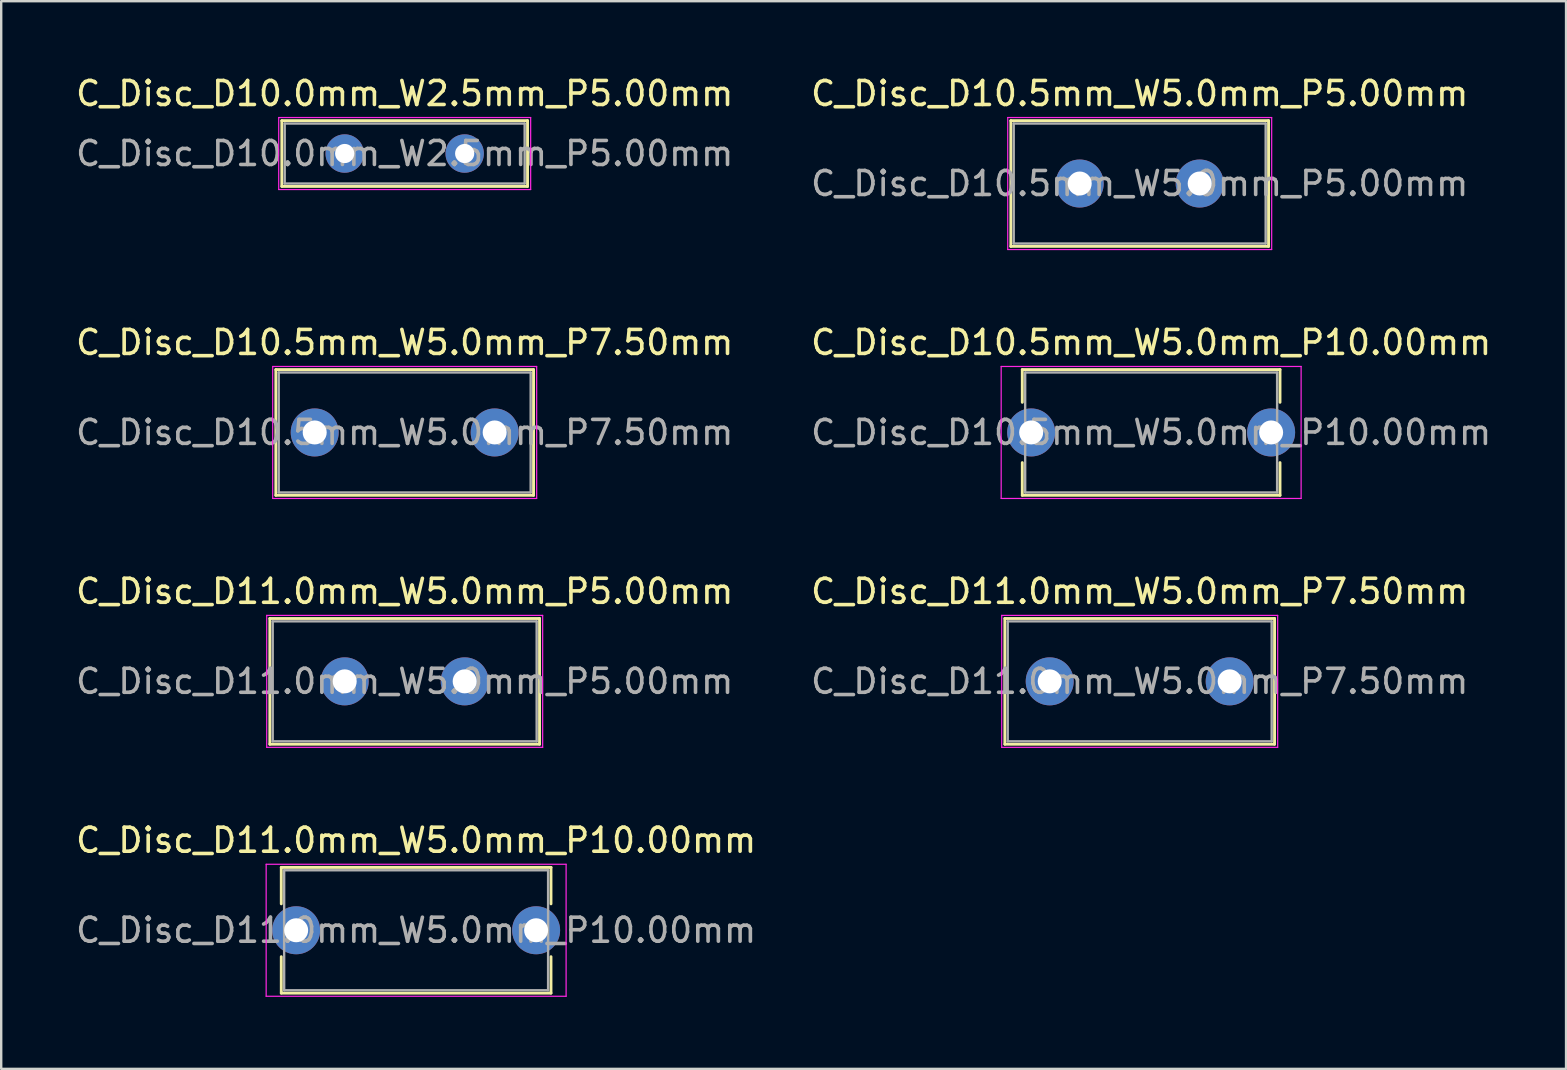
<source format=kicad_pcb>
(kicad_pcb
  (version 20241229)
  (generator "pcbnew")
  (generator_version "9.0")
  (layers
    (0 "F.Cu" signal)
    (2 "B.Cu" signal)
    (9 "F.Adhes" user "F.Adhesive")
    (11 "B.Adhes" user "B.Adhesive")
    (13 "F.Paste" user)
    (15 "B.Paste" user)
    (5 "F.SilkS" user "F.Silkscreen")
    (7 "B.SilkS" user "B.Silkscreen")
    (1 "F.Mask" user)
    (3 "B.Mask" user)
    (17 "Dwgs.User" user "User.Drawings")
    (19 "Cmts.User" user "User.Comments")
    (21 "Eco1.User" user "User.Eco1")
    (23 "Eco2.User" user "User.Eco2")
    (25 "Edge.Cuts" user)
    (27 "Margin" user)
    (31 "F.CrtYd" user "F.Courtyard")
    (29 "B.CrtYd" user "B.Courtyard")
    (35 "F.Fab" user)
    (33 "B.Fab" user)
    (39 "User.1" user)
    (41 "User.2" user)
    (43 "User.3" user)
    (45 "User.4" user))
  (footprint "C_Disc_D11.0mm_W5.0mm_P7.50mm"
    (layer "F.Cu")
    (at 40.696 25.345)
    (property "Reference" "C_Disc_D11.0mm_W5.0mm_P7.50mm" (at 3.75 -3.75 0) (layer "F.SilkS") (effects (font (size 1 1) (thickness 0.15))))
    (attr through_hole)
    (fp_line (start -1.87 -2.62) (end -1.87 2.62) (stroke (width 0.12) (type solid)) (layer "F.SilkS"))
    (fp_line (start -1.87 -2.62) (end 9.37 -2.62) (stroke (width 0.12) (type solid)) (layer "F.SilkS"))
    (fp_line (start -1.87 2.62) (end 9.37 2.62) (stroke (width 0.12) (type solid)) (layer "F.SilkS"))
    (fp_line (start 9.37 -2.62) (end 9.37 2.62) (stroke (width 0.12) (type solid)) (layer "F.SilkS"))
    (fp_line (start -2 -2.75) (end -2 2.75) (stroke (width 0.05) (type solid)) (layer "F.CrtYd"))
    (fp_line (start -2 2.75) (end 9.5 2.75) (stroke (width 0.05) (type solid)) (layer "F.CrtYd"))
    (fp_line (start 9.5 -2.75) (end -2 -2.75) (stroke (width 0.05) (type solid)) (layer "F.CrtYd"))
    (fp_line (start 9.5 2.75) (end 9.5 -2.75) (stroke (width 0.05) (type solid)) (layer "F.CrtYd"))
    (fp_line (start -1.75 -2.5) (end -1.75 2.5) (stroke (width 0.1) (type solid)) (layer "F.Fab"))
    (fp_line (start -1.75 2.5) (end 9.25 2.5) (stroke (width 0.1) (type solid)) (layer "F.Fab"))
    (fp_line (start 9.25 -2.5) (end -1.75 -2.5) (stroke (width 0.1) (type solid)) (layer "F.Fab"))
    (fp_line (start 9.25 2.5) (end 9.25 -2.5) (stroke (width 0.1) (type solid)) (layer "F.Fab"))
    (fp_text user "${REFERENCE}" (at 3.75 0 0) (layer "F.Fab") (effects (font (size 1 1) (thickness 0.15))))
    (pad "1" thru_hole circle (at 0 0) (size 2 2) (drill 1) (layers "*.Cu" "*.Mask"))
    (pad "2" thru_hole circle (at 7.5 0) (size 2 2) (drill 1) (layers "*.Cu" "*.Mask")))
  (footprint "C_Disc_D10.5mm_W5.0mm_P5.00mm"
    (layer "F.Cu")
    (at 41.946 4.598)
    (property "Reference" "C_Disc_D10.5mm_W5.0mm_P5.00mm" (at 2.5 -3.75 0) (layer "F.SilkS") (effects (font (size 1 1) (thickness 0.15))))
    (attr through_hole)
    (fp_line (start -2.87 -2.62) (end -2.87 2.62) (stroke (width 0.12) (type solid)) (layer "F.SilkS"))
    (fp_line (start -2.87 -2.62) (end 7.87 -2.62) (stroke (width 0.12) (type solid)) (layer "F.SilkS"))
    (fp_line (start -2.87 2.62) (end 7.87 2.62) (stroke (width 0.12) (type solid)) (layer "F.SilkS"))
    (fp_line (start 7.87 -2.62) (end 7.87 2.62) (stroke (width 0.12) (type solid)) (layer "F.SilkS"))
    (fp_line (start -3 -2.75) (end -3 2.75) (stroke (width 0.05) (type solid)) (layer "F.CrtYd"))
    (fp_line (start -3 2.75) (end 8 2.75) (stroke (width 0.05) (type solid)) (layer "F.CrtYd"))
    (fp_line (start 8 -2.75) (end -3 -2.75) (stroke (width 0.05) (type solid)) (layer "F.CrtYd"))
    (fp_line (start 8 2.75) (end 8 -2.75) (stroke (width 0.05) (type solid)) (layer "F.CrtYd"))
    (fp_line (start -2.75 -2.5) (end -2.75 2.5) (stroke (width 0.1) (type solid)) (layer "F.Fab"))
    (fp_line (start -2.75 2.5) (end 7.75 2.5) (stroke (width 0.1) (type solid)) (layer "F.Fab"))
    (fp_line (start 7.75 -2.5) (end -2.75 -2.5) (stroke (width 0.1) (type solid)) (layer "F.Fab"))
    (fp_line (start 7.75 2.5) (end 7.75 -2.5) (stroke (width 0.1) (type solid)) (layer "F.Fab"))
    (fp_text user "${REFERENCE}" (at 2.5 0 0) (layer "F.Fab") (effects (font (size 1 1) (thickness 0.15))))
    (pad "1" thru_hole circle (at 0 0) (size 2 2) (drill 1) (layers "*.Cu" "*.Mask"))
    (pad "2" thru_hole circle (at 5 0) (size 2 2) (drill 1) (layers "*.Cu" "*.Mask")))
  (footprint "C_Disc_D11.0mm_W5.0mm_P10.00mm"
    (layer "F.Cu")
    (at 9.292 35.718)
    (property "Reference" "C_Disc_D11.0mm_W5.0mm_P10.00mm" (at 5 -3.75 0) (layer "F.SilkS") (effects (font (size 1 1) (thickness 0.15))))
    (attr through_hole)
    (fp_line (start -0.62 -2.62) (end -0.62 -1.101) (stroke (width 0.12) (type solid)) (layer "F.SilkS"))
    (fp_line (start -0.62 -2.62) (end 10.62 -2.62) (stroke (width 0.12) (type solid)) (layer "F.SilkS"))
    (fp_line (start -0.62 1.101) (end -0.62 2.62) (stroke (width 0.12) (type solid)) (layer "F.SilkS"))
    (fp_line (start -0.62 2.62) (end 10.62 2.62) (stroke (width 0.12) (type solid)) (layer "F.SilkS"))
    (fp_line (start 10.62 -2.62) (end 10.62 -1.101) (stroke (width 0.12) (type solid)) (layer "F.SilkS"))
    (fp_line (start 10.62 1.101) (end 10.62 2.62) (stroke (width 0.12) (type solid)) (layer "F.SilkS"))
    (fp_line (start -1.25 -2.75) (end -1.25 2.75) (stroke (width 0.05) (type solid)) (layer "F.CrtYd"))
    (fp_line (start -1.25 2.75) (end 11.25 2.75) (stroke (width 0.05) (type solid)) (layer "F.CrtYd"))
    (fp_line (start 11.25 -2.75) (end -1.25 -2.75) (stroke (width 0.05) (type solid)) (layer "F.CrtYd"))
    (fp_line (start 11.25 2.75) (end 11.25 -2.75) (stroke (width 0.05) (type solid)) (layer "F.CrtYd"))
    (fp_line (start -0.5 -2.5) (end -0.5 2.5) (stroke (width 0.1) (type solid)) (layer "F.Fab"))
    (fp_line (start -0.5 2.5) (end 10.5 2.5) (stroke (width 0.1) (type solid)) (layer "F.Fab"))
    (fp_line (start 10.5 -2.5) (end -0.5 -2.5) (stroke (width 0.1) (type solid)) (layer "F.Fab"))
    (fp_line (start 10.5 2.5) (end 10.5 -2.5) (stroke (width 0.1) (type solid)) (layer "F.Fab"))
    (fp_text user "${REFERENCE}" (at 5 0 0) (layer "F.Fab") (effects (font (size 1 1) (thickness 0.15))))
    (pad "1" thru_hole circle (at 0 0) (size 2 2) (drill 1) (layers "*.Cu" "*.Mask"))
    (pad "2" thru_hole circle (at 10 0) (size 2 2) (drill 1) (layers "*.Cu" "*.Mask")))
  (footprint "C_Disc_D11.0mm_W5.0mm_P5.00mm"
    (layer "F.Cu")
    (at 11.315 25.345)
    (property "Reference" "C_Disc_D11.0mm_W5.0mm_P5.00mm" (at 2.5 -3.75 0) (layer "F.SilkS") (effects (font (size 1 1) (thickness 0.15))))
    (attr through_hole)
    (fp_line (start -3.12 -2.62) (end -3.12 2.62) (stroke (width 0.12) (type solid)) (layer "F.SilkS"))
    (fp_line (start -3.12 -2.62) (end 8.12 -2.62) (stroke (width 0.12) (type solid)) (layer "F.SilkS"))
    (fp_line (start -3.12 2.62) (end 8.12 2.62) (stroke (width 0.12) (type solid)) (layer "F.SilkS"))
    (fp_line (start 8.12 -2.62) (end 8.12 2.62) (stroke (width 0.12) (type solid)) (layer "F.SilkS"))
    (fp_line (start -3.25 -2.75) (end -3.25 2.75) (stroke (width 0.05) (type solid)) (layer "F.CrtYd"))
    (fp_line (start -3.25 2.75) (end 8.25 2.75) (stroke (width 0.05) (type solid)) (layer "F.CrtYd"))
    (fp_line (start 8.25 -2.75) (end -3.25 -2.75) (stroke (width 0.05) (type solid)) (layer "F.CrtYd"))
    (fp_line (start 8.25 2.75) (end 8.25 -2.75) (stroke (width 0.05) (type solid)) (layer "F.CrtYd"))
    (fp_line (start -3 -2.5) (end -3 2.5) (stroke (width 0.1) (type solid)) (layer "F.Fab"))
    (fp_line (start -3 2.5) (end 8 2.5) (stroke (width 0.1) (type solid)) (layer "F.Fab"))
    (fp_line (start 8 -2.5) (end -3 -2.5) (stroke (width 0.1) (type solid)) (layer "F.Fab"))
    (fp_line (start 8 2.5) (end 8 -2.5) (stroke (width 0.1) (type solid)) (layer "F.Fab"))
    (fp_text user "${REFERENCE}" (at 2.5 0 0) (layer "F.Fab") (effects (font (size 1 1) (thickness 0.15))))
    (pad "1" thru_hole circle (at 0 0) (size 2 2) (drill 1) (layers "*.Cu" "*.Mask"))
    (pad "2" thru_hole circle (at 5 0) (size 2 2) (drill 1) (layers "*.Cu" "*.Mask")))
  (footprint "C_Disc_D10.5mm_W5.0mm_P7.50mm"
    (layer "F.Cu")
    (at 10.065 14.972)
    (property "Reference" "C_Disc_D10.5mm_W5.0mm_P7.50mm" (at 3.75 -3.75 0) (layer "F.SilkS") (effects (font (size 1 1) (thickness 0.15))))
    (attr through_hole)
    (fp_line (start -1.62 -2.62) (end -1.62 2.62) (stroke (width 0.12) (type solid)) (layer "F.SilkS"))
    (fp_line (start -1.62 -2.62) (end 9.12 -2.62) (stroke (width 0.12) (type solid)) (layer "F.SilkS"))
    (fp_line (start -1.62 2.62) (end 9.12 2.62) (stroke (width 0.12) (type solid)) (layer "F.SilkS"))
    (fp_line (start 9.12 -2.62) (end 9.12 2.62) (stroke (width 0.12) (type solid)) (layer "F.SilkS"))
    (fp_line (start -1.75 -2.75) (end -1.75 2.75) (stroke (width 0.05) (type solid)) (layer "F.CrtYd"))
    (fp_line (start -1.75 2.75) (end 9.25 2.75) (stroke (width 0.05) (type solid)) (layer "F.CrtYd"))
    (fp_line (start 9.25 -2.75) (end -1.75 -2.75) (stroke (width 0.05) (type solid)) (layer "F.CrtYd"))
    (fp_line (start 9.25 2.75) (end 9.25 -2.75) (stroke (width 0.05) (type solid)) (layer "F.CrtYd"))
    (fp_line (start -1.5 -2.5) (end -1.5 2.5) (stroke (width 0.1) (type solid)) (layer "F.Fab"))
    (fp_line (start -1.5 2.5) (end 9 2.5) (stroke (width 0.1) (type solid)) (layer "F.Fab"))
    (fp_line (start 9 -2.5) (end -1.5 -2.5) (stroke (width 0.1) (type solid)) (layer "F.Fab"))
    (fp_line (start 9 2.5) (end 9 -2.5) (stroke (width 0.1) (type solid)) (layer "F.Fab"))
    (fp_text user "${REFERENCE}" (at 3.75 0 0) (layer "F.Fab") (effects (font (size 1 1) (thickness 0.15))))
    (pad "1" thru_hole circle (at 0 0) (size 2 2) (drill 1) (layers "*.Cu" "*.Mask"))
    (pad "2" thru_hole circle (at 7.5 0) (size 2 2) (drill 1) (layers "*.Cu" "*.Mask")))
  (footprint "C_Disc_D10.0mm_W2.5mm_P5.00mm"
    (layer "F.Cu")
    (at 11.315 3.348)
    (property "Reference" "C_Disc_D10.0mm_W2.5mm_P5.00mm" (at 2.5 -2.5 0) (layer "F.SilkS") (effects (font (size 1 1) (thickness 0.15))))
    (attr through_hole)
    (fp_line (start -2.62 -1.37) (end -2.62 1.37) (stroke (width 0.12) (type solid)) (layer "F.SilkS"))
    (fp_line (start -2.62 -1.37) (end 7.62 -1.37) (stroke (width 0.12) (type solid)) (layer "F.SilkS"))
    (fp_line (start -2.62 1.37) (end 7.62 1.37) (stroke (width 0.12) (type solid)) (layer "F.SilkS"))
    (fp_line (start 7.62 -1.37) (end 7.62 1.37) (stroke (width 0.12) (type solid)) (layer "F.SilkS"))
    (fp_line (start -2.75 -1.5) (end -2.75 1.5) (stroke (width 0.05) (type solid)) (layer "F.CrtYd"))
    (fp_line (start -2.75 1.5) (end 7.75 1.5) (stroke (width 0.05) (type solid)) (layer "F.CrtYd"))
    (fp_line (start 7.75 -1.5) (end -2.75 -1.5) (stroke (width 0.05) (type solid)) (layer "F.CrtYd"))
    (fp_line (start 7.75 1.5) (end 7.75 -1.5) (stroke (width 0.05) (type solid)) (layer "F.CrtYd"))
    (fp_line (start -2.5 -1.25) (end -2.5 1.25) (stroke (width 0.1) (type solid)) (layer "F.Fab"))
    (fp_line (start -2.5 1.25) (end 7.5 1.25) (stroke (width 0.1) (type solid)) (layer "F.Fab"))
    (fp_line (start 7.5 -1.25) (end -2.5 -1.25) (stroke (width 0.1) (type solid)) (layer "F.Fab"))
    (fp_line (start 7.5 1.25) (end 7.5 -1.25) (stroke (width 0.1) (type solid)) (layer "F.Fab"))
    (fp_text user "${REFERENCE}" (at 2.5 0 0) (layer "F.Fab") (effects (font (size 1 1) (thickness 0.15))))
    (pad "1" thru_hole circle (at 0 0) (size 1.6 1.6) (drill 0.8) (layers "*.Cu" "*.Mask"))
    (pad "2" thru_hole circle (at 5 0) (size 1.6 1.6) (drill 0.8) (layers "*.Cu" "*.Mask")))
  (footprint "C_Disc_D10.5mm_W5.0mm_P10.00mm"
    (layer "F.Cu")
    (at 39.923 14.972)
    (property "Reference" "C_Disc_D10.5mm_W5.0mm_P10.00mm" (at 5 -3.75 0) (layer "F.SilkS") (effects (font (size 1 1) (thickness 0.15))))
    (attr through_hole)
    (fp_line (start -0.37 -2.62) (end -0.37 -1.256) (stroke (width 0.12) (type solid)) (layer "F.SilkS"))
    (fp_line (start -0.37 -2.62) (end 10.37 -2.62) (stroke (width 0.12) (type solid)) (layer "F.SilkS"))
    (fp_line (start -0.37 1.256) (end -0.37 2.62) (stroke (width 0.12) (type solid)) (layer "F.SilkS"))
    (fp_line (start -0.37 2.62) (end 10.37 2.62) (stroke (width 0.12) (type solid)) (layer "F.SilkS"))
    (fp_line (start 10.37 -2.62) (end 10.37 -1.256) (stroke (width 0.12) (type solid)) (layer "F.SilkS"))
    (fp_line (start 10.37 1.256) (end 10.37 2.62) (stroke (width 0.12) (type solid)) (layer "F.SilkS"))
    (fp_line (start -1.25 -2.75) (end -1.25 2.75) (stroke (width 0.05) (type solid)) (layer "F.CrtYd"))
    (fp_line (start -1.25 2.75) (end 11.25 2.75) (stroke (width 0.05) (type solid)) (layer "F.CrtYd"))
    (fp_line (start 11.25 -2.75) (end -1.25 -2.75) (stroke (width 0.05) (type solid)) (layer "F.CrtYd"))
    (fp_line (start 11.25 2.75) (end 11.25 -2.75) (stroke (width 0.05) (type solid)) (layer "F.CrtYd"))
    (fp_line (start -0.25 -2.5) (end -0.25 2.5) (stroke (width 0.1) (type solid)) (layer "F.Fab"))
    (fp_line (start -0.25 2.5) (end 10.25 2.5) (stroke (width 0.1) (type solid)) (layer "F.Fab"))
    (fp_line (start 10.25 -2.5) (end -0.25 -2.5) (stroke (width 0.1) (type solid)) (layer "F.Fab"))
    (fp_line (start 10.25 2.5) (end 10.25 -2.5) (stroke (width 0.1) (type solid)) (layer "F.Fab"))
    (fp_text user "${REFERENCE}" (at 5 0 0) (layer "F.Fab") (effects (font (size 1 1) (thickness 0.15))))
    (pad "1" thru_hole circle (at 0 0) (size 2 2) (drill 1) (layers "*.Cu" "*.Mask"))
    (pad "2" thru_hole circle (at 10 0) (size 2 2) (drill 1) (layers "*.Cu" "*.Mask")))
  (gr_rect
    (start -3 -3)
    (end 62.214 41.493)
    (stroke (width 0.1) (type default))
    (fill no)
    (layer "Edge.Cuts")))
</source>
